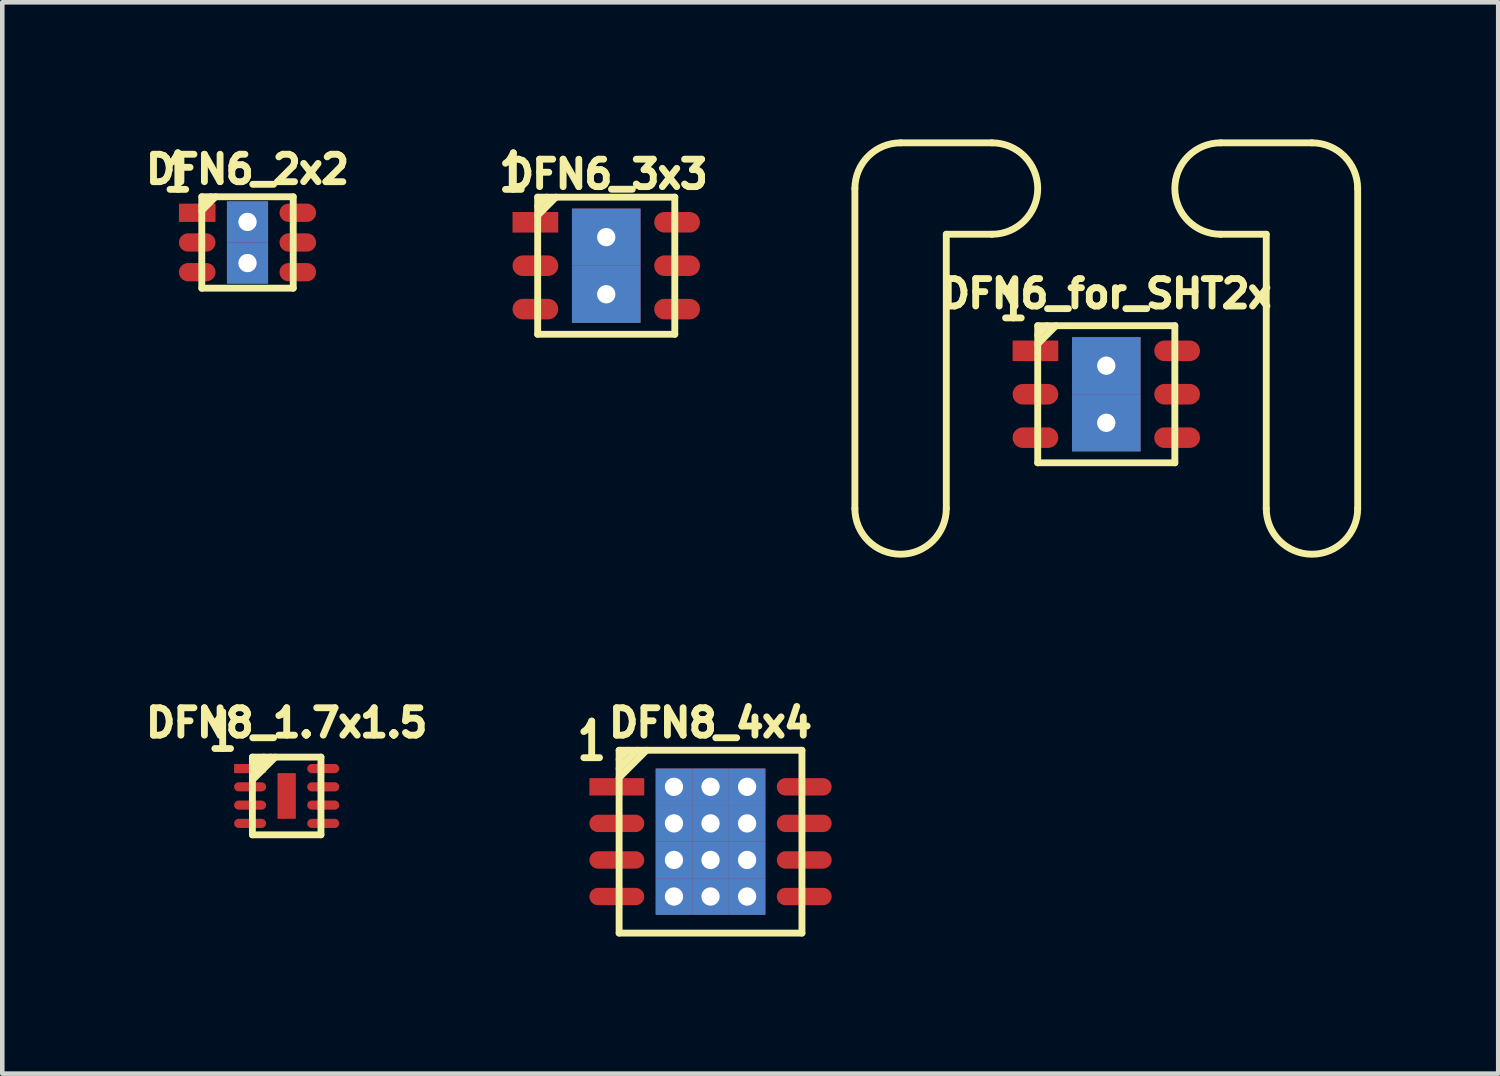
<source format=kicad_pcb>
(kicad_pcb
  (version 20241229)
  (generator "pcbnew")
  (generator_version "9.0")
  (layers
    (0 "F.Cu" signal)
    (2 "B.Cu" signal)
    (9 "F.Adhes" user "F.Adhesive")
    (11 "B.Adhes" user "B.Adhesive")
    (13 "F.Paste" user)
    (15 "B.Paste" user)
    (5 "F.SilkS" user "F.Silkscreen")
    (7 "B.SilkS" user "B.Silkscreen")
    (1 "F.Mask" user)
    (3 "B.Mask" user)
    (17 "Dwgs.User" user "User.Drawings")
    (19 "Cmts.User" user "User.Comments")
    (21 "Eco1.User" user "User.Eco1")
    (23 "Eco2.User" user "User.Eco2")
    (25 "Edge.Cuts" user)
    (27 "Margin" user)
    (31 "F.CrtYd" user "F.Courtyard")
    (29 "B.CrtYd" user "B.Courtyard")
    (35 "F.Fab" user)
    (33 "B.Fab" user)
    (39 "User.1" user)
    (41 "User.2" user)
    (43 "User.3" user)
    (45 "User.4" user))
  (footprint "DFN6_2x2"
    (layer "F.Cu")
    (at 2.365 2.255)
    (property "Reference" "DFN6_2x2" (at 0 -1.6 180) (layer "F.SilkS") (effects (font (size 0.6 0.6) (thickness 0.15))))
    (attr smd)
    (fp_line (start -1 -1) (end 1 -1) (stroke (width 0.15) (type solid)) (layer "F.SilkS"))
    (fp_line (start -1 1) (end -1 -1) (stroke (width 0.15) (type solid)) (layer "F.SilkS"))
    (fp_line (start -0.8 -1) (end -1 -0.8) (stroke (width 0.15) (type solid)) (layer "F.SilkS"))
    (fp_line (start -0.7 -1) (end -1 -0.7) (stroke (width 0.15) (type solid)) (layer "F.SilkS"))
    (fp_line (start 1 -1) (end 1 1) (stroke (width 0.15) (type solid)) (layer "F.SilkS"))
    (fp_line (start 1 1) (end -1 1) (stroke (width 0.15) (type solid)) (layer "F.SilkS"))
    (fp_text user "1" (at -1.524 -1.524 0) (layer "F.SilkS") (effects (font (size 0.8 0.6) (thickness 0.15))))
    (pad "1" smd rect (at -1.1 -0.65) (size 0.8 0.4) (layers "F.Cu" "F.Mask" "F.Paste"))
    (pad "2" smd oval (at -1.1 0) (size 0.8 0.4) (layers "F.Cu" "F.Mask" "F.Paste"))
    (pad "3" smd oval (at -1.1 0.65) (size 0.8 0.4) (layers "F.Cu" "F.Mask" "F.Paste"))
    (pad "4" smd oval (at 1.1 0.65) (size 0.8 0.4) (layers "F.Cu" "F.Mask" "F.Paste"))
    (pad "5" smd oval (at 1.1 0) (size 0.8 0.4) (layers "F.Cu" "F.Mask" "F.Paste"))
    (pad "6" smd oval (at 1.1 -0.65) (size 0.8 0.4) (layers "F.Cu" "F.Mask" "F.Paste"))
    (pad "PAD" thru_hole rect (at 0 -0.45) (size 0.9 0.9) (drill 0.4) (layers "*.Cu" "F.Mask" "F.Paste"))
    (pad "PAD" thru_hole rect (at 0 0.45) (size 0.9 0.9) (drill 0.4) (layers "*.Cu" "F.Mask" "F.Paste")))
  (footprint "DFN6_3x3"
    (layer "F.Cu")
    (at 10.213 2.763)
    (property "Reference" "DFN6_3x3" (at 0 -2 180) (layer "F.SilkS") (effects (font (size 0.6 0.6) (thickness 0.15))))
    (attr smd)
    (fp_line (start -1.5 -1.5) (end 1.5 -1.5) (stroke (width 0.15) (type solid)) (layer "F.SilkS"))
    (fp_line (start -1.5 1.5) (end -1.5 -1.5) (stroke (width 0.15) (type solid)) (layer "F.SilkS"))
    (fp_line (start -1.3 -1.5) (end -1.5 -1.3) (stroke (width 0.15) (type solid)) (layer "F.SilkS"))
    (fp_line (start -1.1 -1.5) (end -1.5 -1.1) (stroke (width 0.15) (type solid)) (layer "F.SilkS"))
    (fp_line (start 1.5 -1.5) (end 1.5 1.5) (stroke (width 0.15) (type solid)) (layer "F.SilkS"))
    (fp_line (start 1.5 1.5) (end -1.5 1.5) (stroke (width 0.15) (type solid)) (layer "F.SilkS"))
    (fp_text user "1" (at -2.032 -2.032 0) (layer "F.SilkS") (effects (font (size 0.8 0.6) (thickness 0.15))))
    (pad "1" smd rect (at -1.55 -0.95) (size 1 0.45) (layers "F.Cu" "F.Mask" "F.Paste"))
    (pad "2" smd oval (at -1.55 0) (size 1 0.45) (layers "F.Cu" "F.Mask" "F.Paste"))
    (pad "3" smd oval (at -1.55 0.95) (size 1 0.45) (layers "F.Cu" "F.Mask" "F.Paste"))
    (pad "4" smd oval (at 1.55 0.95) (size 1 0.45) (layers "F.Cu" "F.Mask" "F.Paste"))
    (pad "5" smd oval (at 1.55 0) (size 1 0.45) (layers "F.Cu" "F.Mask" "F.Paste"))
    (pad "6" smd oval (at 1.55 -0.95) (size 1 0.45) (layers "F.Cu" "F.Mask" "F.Paste"))
    (pad "PAD" thru_hole rect (at 0 -0.625) (size 1.5 1.25) (drill 0.4) (layers "*.Cu" "*.Mask" "F.Paste"))
    (pad "PAD" thru_hole rect (at 0 0.625) (size 1.5 1.25) (drill 0.4) (layers "*.Cu" "*.Mask" "F.Paste")))
  (footprint "DFN6_for_SHT2x"
    (layer "F.Cu")
    (at 21.153 5.575)
    (property "Reference" "DFN6_for_SHT2x" (at 0 -2.2 180) (layer "F.SilkS") (effects (font (size 0.6 0.6) (thickness 0.15))))
    (attr smd)
    (fp_line (start -5.5 -4.5) (end -5.5 2.5) (stroke (width 0.15) (type solid)) (layer "F.SilkS"))
    (fp_line (start -3.5 2.5) (end -3.5 -3.5) (stroke (width 0.15) (type solid)) (layer "F.SilkS"))
    (fp_line (start -2.5 -5.5) (end -4.5 -5.5) (stroke (width 0.15) (type solid)) (layer "F.SilkS"))
    (fp_line (start -2.5 -3.5) (end -3.5 -3.5) (stroke (width 0.15) (type solid)) (layer "F.SilkS"))
    (fp_line (start -1.5 -1.5) (end 1.5 -1.5) (stroke (width 0.15) (type solid)) (layer "F.SilkS"))
    (fp_line (start -1.5 1.5) (end -1.5 -1.5) (stroke (width 0.15) (type solid)) (layer "F.SilkS"))
    (fp_line (start -1.3 -1.5) (end -1.5 -1.3) (stroke (width 0.15) (type solid)) (layer "F.SilkS"))
    (fp_line (start -1.1 -1.5) (end -1.5 -1.1) (stroke (width 0.15) (type solid)) (layer "F.SilkS"))
    (fp_line (start 1.5 -1.5) (end 1.5 1.5) (stroke (width 0.15) (type solid)) (layer "F.SilkS"))
    (fp_line (start 1.5 1.5) (end -1.5 1.5) (stroke (width 0.15) (type solid)) (layer "F.SilkS"))
    (fp_line (start 3.5 -3.5) (end 2.5 -3.5) (stroke (width 0.15) (type solid)) (layer "F.SilkS"))
    (fp_line (start 3.5 2.5) (end 3.5 -3.5) (stroke (width 0.15) (type solid)) (layer "F.SilkS"))
    (fp_line (start 4.5 -5.5) (end 2.5 -5.5) (stroke (width 0.15) (type solid)) (layer "F.SilkS"))
    (fp_line (start 5.5 -4.5) (end 5.5 2.5) (stroke (width 0.15) (type solid)) (layer "F.SilkS"))
    (fp_arc (start -5.5 -4.5) (mid -5.207107 -5.207107) (end -4.5 -5.5) (stroke (width 0.15) (type solid)) (layer "F.SilkS"))
    (fp_arc (start -3.5 2.5) (mid -4.5 3.5) (end -5.5 2.5) (stroke (width 0.15) (type solid)) (layer "F.SilkS"))
    (fp_arc (start -2.5 -5.5) (mid -1.5 -4.5) (end -2.5 -3.5) (stroke (width 0.15) (type solid)) (layer "F.SilkS"))
    (fp_arc (start 2.5 -3.5) (mid 1.5 -4.5) (end 2.5 -5.5) (stroke (width 0.15) (type solid)) (layer "F.SilkS"))
    (fp_arc (start 4.5 -5.5) (mid 5.207107 -5.207107) (end 5.5 -4.5) (stroke (width 0.15) (type solid)) (layer "F.SilkS"))
    (fp_arc (start 5.5 2.5) (mid 4.5 3.5) (end 3.5 2.5) (stroke (width 0.15) (type solid)) (layer "F.SilkS"))
    (fp_text user "1" (at -2.032 -2.032 0) (layer "F.SilkS") (effects (font (size 0.8 0.6) (thickness 0.15))))
    (pad "1" smd rect (at -1.55 -0.95) (size 1 0.45) (layers "F.Cu" "F.Mask" "F.Paste"))
    (pad "2" smd oval (at -1.55 0) (size 1 0.45) (layers "F.Cu" "F.Mask" "F.Paste"))
    (pad "3" smd oval (at -1.55 0.95) (size 1 0.45) (layers "F.Cu" "F.Mask" "F.Paste"))
    (pad "4" smd oval (at 1.55 0.95) (size 1 0.45) (layers "F.Cu" "F.Mask" "F.Paste"))
    (pad "5" smd oval (at 1.55 0) (size 1 0.45) (layers "F.Cu" "F.Mask" "F.Paste"))
    (pad "6" smd oval (at 1.55 -0.95) (size 1 0.45) (layers "F.Cu" "F.Mask" "F.Paste"))
    (pad "PAD" thru_hole rect (at 0 -0.625) (size 1.5 1.25) (drill 0.4) (layers "*.Cu" "*.Mask" "F.Paste"))
    (pad "PAD" thru_hole rect (at 0 0.625) (size 1.5 1.25) (drill 0.4) (layers "*.Cu" "*.Mask" "F.Paste")))
  (footprint "DFN8_4x4"
    (layer "F.Cu")
    (at 12.495 15.364)
    (property "Reference" "DFN8_4x4" (at 0 -2.6 0) (layer "F.SilkS") (effects (font (size 0.6 0.6) (thickness 0.15))))
    (attr smd)
    (fp_line (start -2 -2) (end -2 2) (stroke (width 0.15) (type solid)) (layer "F.SilkS"))
    (fp_line (start -2 2) (end 2 2) (stroke (width 0.15) (type solid)) (layer "F.SilkS"))
    (fp_line (start -1.8 -2) (end -2 -1.8) (stroke (width 0.15) (type solid)) (layer "F.SilkS"))
    (fp_line (start -1.6 -2) (end -2 -1.6) (stroke (width 0.15) (type solid)) (layer "F.SilkS"))
    (fp_line (start -1.4 -2) (end -2 -1.4) (stroke (width 0.15) (type solid)) (layer "F.SilkS"))
    (fp_line (start 2 -2) (end -2 -2) (stroke (width 0.15) (type solid)) (layer "F.SilkS"))
    (fp_line (start 2 2) (end 2 -2) (stroke (width 0.15) (type solid)) (layer "F.SilkS"))
    (fp_text user "1" (at -2.6 -2.2 0) (layer "F.SilkS") (effects (font (size 0.8 0.6) (thickness 0.15))))
    (pad "1" smd rect (at -2.05 -1.2) (size 1.2 0.38) (layers "F.Cu" "F.Mask" "F.Paste"))
    (pad "2" smd oval (at -2.05 -0.4) (size 1.2 0.38) (layers "F.Cu" "F.Mask" "F.Paste"))
    (pad "3" smd oval (at -2.05 0.4) (size 1.2 0.38) (layers "F.Cu" "F.Mask" "F.Paste"))
    (pad "4" smd oval (at -2.05 1.2) (size 1.2 0.38) (layers "F.Cu" "F.Mask" "F.Paste"))
    (pad "5" smd oval (at 2.05 1.2) (size 1.2 0.38) (layers "F.Cu" "F.Mask" "F.Paste"))
    (pad "6" smd oval (at 2.05 0.4) (size 1.2 0.38) (layers "F.Cu" "F.Mask" "F.Paste"))
    (pad "7" smd oval (at 2.05 -0.4) (size 1.2 0.38) (layers "F.Cu" "F.Mask" "F.Paste"))
    (pad "8" smd oval (at 2.05 -1.2) (size 1.2 0.38) (layers "F.Cu" "F.Mask" "F.Paste"))
    (pad "PAD" thru_hole rect (at -0.8 -1.2) (size 0.8 0.8) (drill 0.4) (layers "*.Cu" "*.Mask" "F.Paste"))
    (pad "PAD" thru_hole rect (at -0.8 -0.4) (size 0.8 0.8) (drill 0.4) (layers "*.Cu" "*.Mask" "F.Paste"))
    (pad "PAD" thru_hole rect (at -0.8 0.4) (size 0.8 0.8) (drill 0.4) (layers "*.Cu" "*.Mask" "F.Paste"))
    (pad "PAD" thru_hole rect (at -0.8 1.2) (size 0.8 0.8) (drill 0.4) (layers "*.Cu" "*.Mask" "F.Paste"))
    (pad "PAD" thru_hole rect (at 0 -1.2) (size 0.8 0.8) (drill 0.4) (layers "*.Cu" "*.Mask" "F.Paste"))
    (pad "PAD" thru_hole rect (at 0 -0.4) (size 0.8 0.8) (drill 0.4) (layers "*.Cu" "*.Mask" "F.Paste"))
    (pad "PAD" thru_hole rect (at 0 0.4) (size 0.8 0.8) (drill 0.4) (layers "*.Cu" "*.Mask" "F.Paste"))
    (pad "PAD" thru_hole rect (at 0 1.2) (size 0.8 0.8) (drill 0.4) (layers "*.Cu" "*.Mask" "F.Paste"))
    (pad "PAD" thru_hole rect (at 0.8 -1.2) (size 0.8 0.8) (drill 0.4) (layers "*.Cu" "*.Mask" "F.Paste"))
    (pad "PAD" thru_hole rect (at 0.8 -0.4) (size 0.8 0.8) (drill 0.4) (layers "*.Cu" "*.Mask" "F.Paste"))
    (pad "PAD" thru_hole rect (at 0.8 0.4) (size 0.8 0.8) (drill 0.4) (layers "*.Cu" "*.Mask" "F.Paste"))
    (pad "PAD" thru_hole rect (at 0.8 1.2) (size 0.8 0.8) (drill 0.4) (layers "*.Cu" "*.Mask" "F.Paste")))
  (footprint "DFN8_1.7x1.5"
    (layer "F.Cu")
    (at 3.222 14.364)
    (property "Reference" "DFN8_1.7x1.5" (at 0 -1.6 0) (layer "F.SilkS") (effects (font (size 0.6 0.6) (thickness 0.15))))
    (attr smd)
    (fp_line (start -0.75 -0.85) (end 0.75 -0.85) (stroke (width 0.15) (type solid)) (layer "F.SilkS"))
    (fp_line (start -0.75 0.85) (end -0.75 -0.85) (stroke (width 0.15) (type solid)) (layer "F.SilkS"))
    (fp_line (start -0.5 -0.85) (end -0.75 -0.6) (stroke (width 0.15) (type solid)) (layer "F.SilkS"))
    (fp_line (start -0.35 -0.85) (end -0.75 -0.45) (stroke (width 0.15) (type solid)) (layer "F.SilkS"))
    (fp_line (start -0.25 -0.85) (end -0.75 -0.35) (stroke (width 0.15) (type solid)) (layer "F.SilkS"))
    (fp_line (start 0.75 -0.85) (end 0.75 0.85) (stroke (width 0.15) (type solid)) (layer "F.SilkS"))
    (fp_line (start 0.75 0.85) (end -0.75 0.85) (stroke (width 0.15) (type solid)) (layer "F.SilkS"))
    (fp_text user "1" (at -1.4 -1.4 0) (layer "F.SilkS") (effects (font (size 0.8 0.6) (thickness 0.15))))
    (pad "1" smd rect (at -0.8 -0.6) (size 0.7 0.2) (layers "F.Cu" "F.Mask" "F.Paste"))
    (pad "2" smd oval (at -0.8 -0.2) (size 0.7 0.2) (layers "F.Cu" "F.Mask" "F.Paste"))
    (pad "3" smd oval (at -0.8 0.2) (size 0.7 0.2) (layers "F.Cu" "F.Mask" "F.Paste"))
    (pad "4" smd oval (at -0.8 0.6) (size 0.7 0.2) (layers "F.Cu" "F.Mask" "F.Paste"))
    (pad "5" smd oval (at 0.8 0.6) (size 0.7 0.2) (layers "F.Cu" "F.Mask" "F.Paste"))
    (pad "6" smd oval (at 0.8 0.2) (size 0.7 0.2) (layers "F.Cu" "F.Mask" "F.Paste"))
    (pad "7" smd oval (at 0.8 -0.2) (size 0.7 0.2) (layers "F.Cu" "F.Mask" "F.Paste"))
    (pad "8" smd oval (at 0.8 -0.6) (size 0.7 0.2) (layers "F.Cu" "F.Mask" "F.Paste"))
    (pad "PAD" smd rect (at 0 0) (size 0.4 1) (layers "F.Cu" "F.Mask" "F.Paste")))
  (gr_rect
    (start -3 -3)
    (end 29.728 20.439)
    (stroke (width 0.1) (type default))
    (fill no)
    (layer "Edge.Cuts")))
</source>
